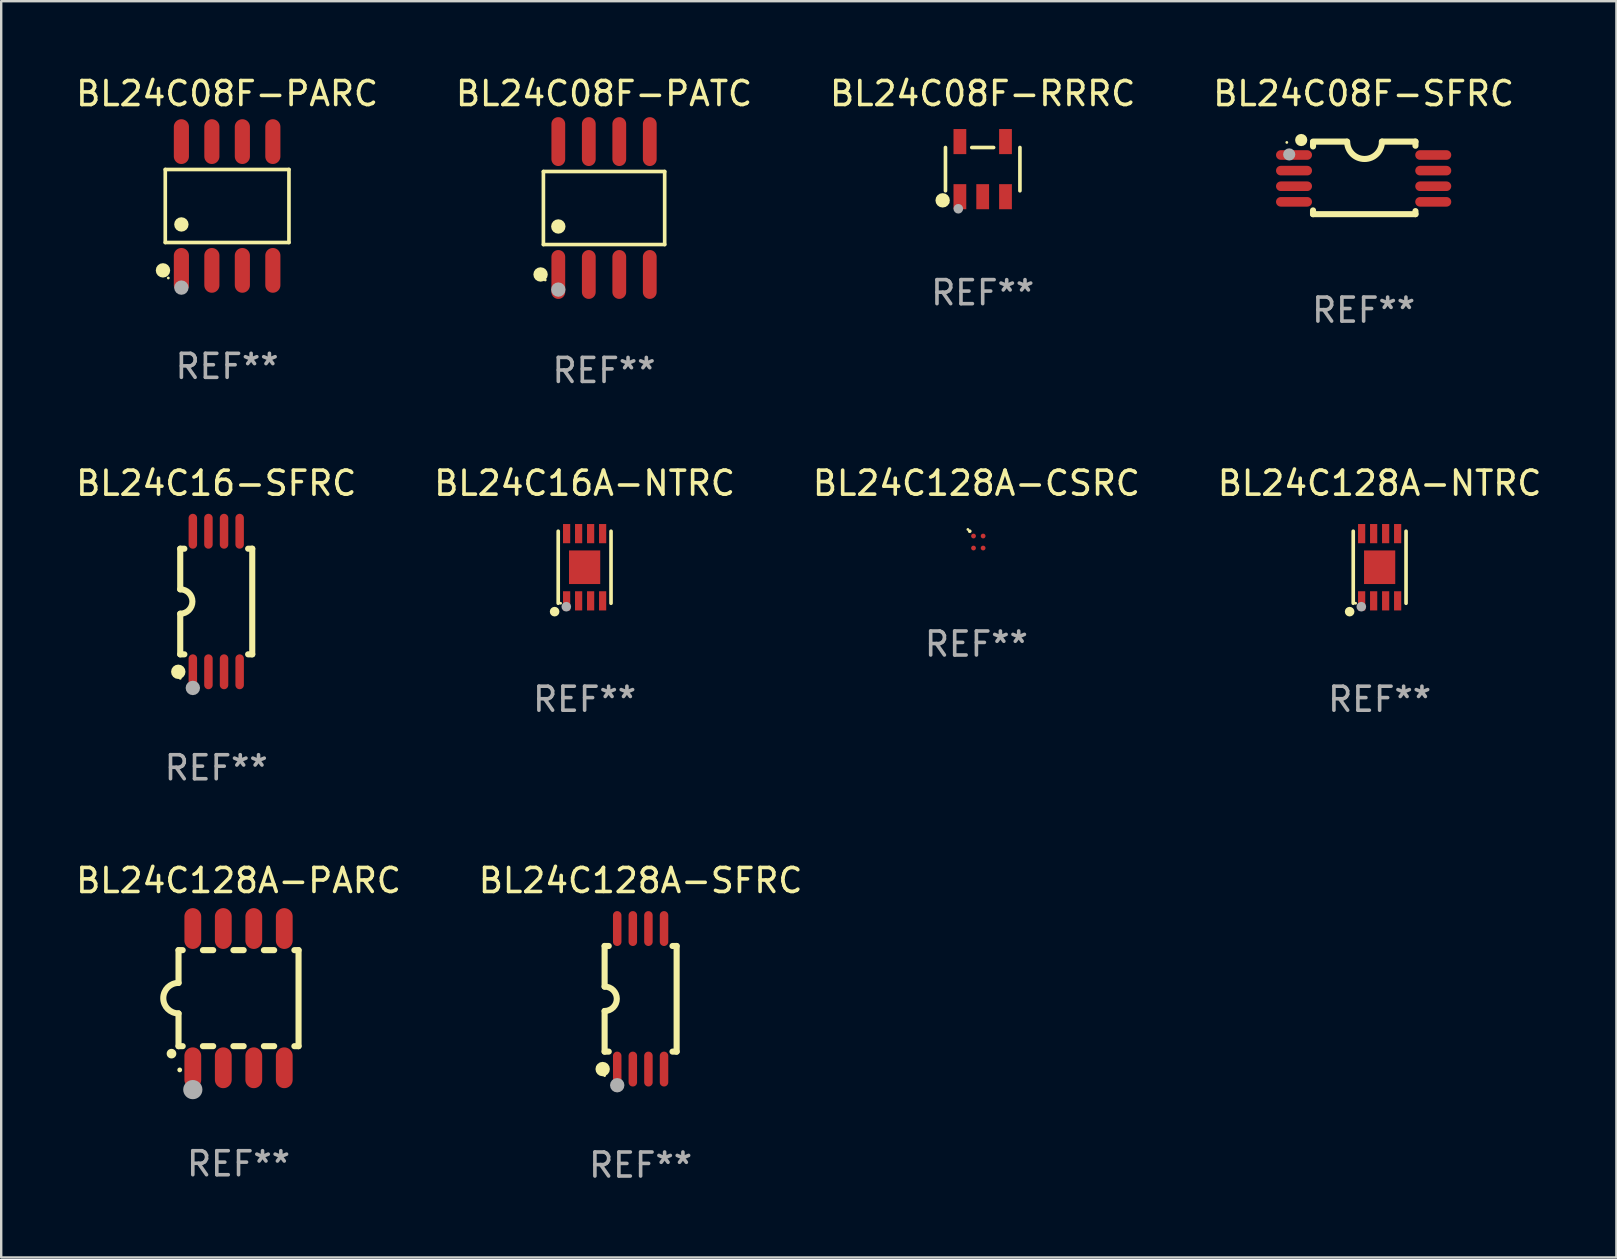
<source format=kicad_pcb>
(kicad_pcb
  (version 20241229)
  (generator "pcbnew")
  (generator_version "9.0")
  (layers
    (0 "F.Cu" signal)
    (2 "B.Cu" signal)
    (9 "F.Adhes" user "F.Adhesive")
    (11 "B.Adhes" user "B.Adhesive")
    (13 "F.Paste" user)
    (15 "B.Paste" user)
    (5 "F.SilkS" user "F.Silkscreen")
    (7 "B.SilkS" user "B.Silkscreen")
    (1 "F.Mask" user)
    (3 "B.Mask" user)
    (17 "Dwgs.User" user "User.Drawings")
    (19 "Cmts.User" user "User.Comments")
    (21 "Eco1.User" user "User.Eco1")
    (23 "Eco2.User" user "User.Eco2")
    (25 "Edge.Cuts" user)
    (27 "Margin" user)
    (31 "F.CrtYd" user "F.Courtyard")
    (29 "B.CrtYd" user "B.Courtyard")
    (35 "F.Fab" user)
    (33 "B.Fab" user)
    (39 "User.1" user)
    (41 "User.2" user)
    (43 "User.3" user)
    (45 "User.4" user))
  (footprint "BL24C128A-CSRC"
    (layer "F.Cu")
    (at 37.625 19.43)
    (property "Reference" "BL24C128A-CSRC" (at 0 -2.35 0) (layer "F.SilkS") (effects (font (size 1 1) (thickness 0.15))))
    (attr through_hole)
    (fp_line (start -0.28 -0.35) (end -0.275 -0.35) (stroke (width 0.15) (type solid)) (layer "F.SilkS"))
    (fp_circle (center -0.355 -0.425) (end -0.325 -0.425) (stroke (width 0.06) (type solid)) (fill no) (layer "F.SilkS"))
    (fp_text user "REF**" (at 0 4.35 0) (layer "F.Fab") (effects (font (size 1 1) (thickness 0.15))))
    (pad "A1" smd circle (at -0.12 -0.15) (size 0.2 0.2) (layers "F.Cu" "F.Mask" "F.Paste"))
    (pad "A2" smd circle (at 0.28 -0.15) (size 0.2 0.2) (layers "F.Cu" "F.Mask" "F.Paste"))
    (pad "B1" smd circle (at -0.12 0.35) (size 0.2 0.2) (layers "F.Cu" "F.Mask" "F.Paste"))
    (pad "B2" smd circle (at 0.28 0.35) (size 0.2 0.2) (layers "F.Cu" "F.Mask" "F.Paste")))
  (footprint "BL24C08F-PARC"
    (layer "F.Cu")
    (at 6.411 5.531)
    (property "Reference" "BL24C08F-PARC" (at 0 -4.682 0) (layer "F.SilkS") (effects (font (size 1 1) (thickness 0.15))))
    (attr through_hole)
    (fp_line (start -2.576 -1.521) (end 2.576 -1.521) (stroke (width 0.152) (type solid)) (layer "F.SilkS"))
    (fp_line (start -2.576 1.521) (end -2.576 -1.521) (stroke (width 0.152) (type solid)) (layer "F.SilkS"))
    (fp_line (start 2.576 -1.521) (end 2.576 1.521) (stroke (width 0.152) (type solid)) (layer "F.SilkS"))
    (fp_line (start 2.576 1.521) (end -2.576 1.521) (stroke (width 0.152) (type solid)) (layer "F.SilkS"))
    (fp_circle (center -2.672 2.682) (end -2.522 2.682) (stroke (width 0.3) (type solid)) (fill no) (layer "F.SilkS"))
    (fp_circle (center -2.45 3) (end -2.42 3) (stroke (width 0.06) (type solid)) (fill no) (layer "F.SilkS"))
    (fp_circle (center -1.905 0.769) (end -1.755 0.769) (stroke (width 0.3) (type solid)) (fill no) (layer "F.SilkS"))
    (fp_circle (center -1.905 3.4) (end -1.755 3.4) (stroke (width 0.3) (type solid)) (fill no) (layer "F.Fab"))
    (fp_text user "REF**" (at 0 6.682 0) (layer "F.Fab") (effects (font (size 1 1) (thickness 0.15))))
    (pad "1" smd oval (at -1.905 2.682) (size 0.63 1.865) (layers "F.Cu" "F.Mask" "F.Paste"))
    (pad "2" smd oval (at -0.635 2.682) (size 0.63 1.865) (layers "F.Cu" "F.Mask" "F.Paste"))
    (pad "3" smd oval (at 0.635 2.682) (size 0.63 1.865) (layers "F.Cu" "F.Mask" "F.Paste"))
    (pad "4" smd oval (at 1.905 2.682) (size 0.63 1.865) (layers "F.Cu" "F.Mask" "F.Paste"))
    (pad "5" smd oval (at 1.905 -2.682) (size 0.63 1.865) (layers "F.Cu" "F.Mask" "F.Paste"))
    (pad "6" smd oval (at 0.635 -2.682) (size 0.63 1.865) (layers "F.Cu" "F.Mask" "F.Paste"))
    (pad "7" smd oval (at -0.635 -2.682) (size 0.63 1.865) (layers "F.Cu" "F.Mask" "F.Paste"))
    (pad "8" smd oval (at -1.905 -2.682) (size 0.63 1.865) (layers "F.Cu" "F.Mask" "F.Paste")))
  (footprint "BL24C16-SFRC"
    (layer "F.Cu")
    (at 5.958 22.008)
    (property "Reference" "BL24C16-SFRC" (at 0 -4.927 0) (layer "F.SilkS") (effects (font (size 1 1) (thickness 0.15))))
    (attr through_hole)
    (fp_line (start -1.5 -2.2) (end -1.5 -0.508) (stroke (width 0.254) (type solid)) (layer "F.SilkS"))
    (fp_line (start -1.5 -2.2) (end -1.328 -2.2) (stroke (width 0.254) (type solid)) (layer "F.SilkS"))
    (fp_line (start -1.5 2.2) (end -1.5 0.508) (stroke (width 0.254) (type solid)) (layer "F.SilkS"))
    (fp_line (start -1.5 2.2) (end -1.328 2.2) (stroke (width 0.254) (type solid)) (layer "F.SilkS"))
    (fp_line (start 1.328 -2.2) (end 1.5 -2.2) (stroke (width 0.254) (type solid)) (layer "F.SilkS"))
    (fp_line (start 1.328 2.2) (end 1.5 2.2) (stroke (width 0.254) (type solid)) (layer "F.SilkS"))
    (fp_line (start 1.5 -2.2) (end 1.5 2.2) (stroke (width 0.254) (type solid)) (layer "F.SilkS"))
    (fp_arc (start -1.501144 -0.508) (mid -0.993143 -0.000571) (end -1.5 0.508001) (stroke (width 0.254001) (type solid)) (layer "F.SilkS"))
    (fp_circle (center -1.581 2.927) (end -1.431 2.927) (stroke (width 0.3) (type solid)) (fill no) (layer "F.SilkS"))
    (fp_circle (center -1.5 3.2) (end -1.47 3.2) (stroke (width 0.06) (type solid)) (fill no) (layer "F.SilkS"))
    (fp_circle (center -0.975 3.6) (end -0.825 3.6) (stroke (width 0.3) (type solid)) (fill no) (layer "F.Fab"))
    (fp_text user "REF**" (at 0 6.927 0) (layer "F.Fab") (effects (font (size 1 1) (thickness 0.15))))
    (pad "1" smd oval (at -0.975 2.927) (size 0.353 1.454) (layers "F.Cu" "F.Mask" "F.Paste"))
    (pad "2" smd oval (at -0.325 2.927) (size 0.353 1.454) (layers "F.Cu" "F.Mask" "F.Paste"))
    (pad "3" smd oval (at 0.325 2.927) (size 0.353 1.454) (layers "F.Cu" "F.Mask" "F.Paste"))
    (pad "4" smd oval (at 0.975 2.927) (size 0.353 1.454) (layers "F.Cu" "F.Mask" "F.Paste"))
    (pad "5" smd oval (at 0.975 -2.927) (size 0.353 1.454) (layers "F.Cu" "F.Mask" "F.Paste"))
    (pad "6" smd oval (at 0.325 -2.927) (size 0.353 1.454) (layers "F.Cu" "F.Mask" "F.Paste"))
    (pad "7" smd oval (at -0.325 -2.927) (size 0.353 1.454) (layers "F.Cu" "F.Mask" "F.Paste"))
    (pad "8" smd oval (at -0.975 -2.927) (size 0.353 1.454) (layers "F.Cu" "F.Mask" "F.Paste")))
  (footprint "BL24C128A-NTRC"
    (layer "F.Cu")
    (at 54.423 20.58)
    (property "Reference" "BL24C128A-NTRC" (at 0 -3.5 0) (layer "F.SilkS") (effects (font (size 1 1) (thickness 0.15))))
    (attr through_hole)
    (fp_line (start -1.1 1.5) (end -1.1 -1.5) (stroke (width 0.152) (type solid)) (layer "F.SilkS"))
    (fp_line (start 1.1 -1.5) (end 1.1 1.5) (stroke (width 0.152) (type solid)) (layer "F.SilkS"))
    (fp_circle (center -1.25 1.85) (end -1.15 1.85) (stroke (width 0.2) (type solid)) (fill no) (layer "F.SilkS"))
    (fp_circle (center -1 1.5) (end -0.97 1.5) (stroke (width 0.06) (type solid)) (fill no) (layer "F.SilkS"))
    (fp_circle (center -0.763 1.644) (end -0.663 1.644) (stroke (width 0.2) (type solid)) (fill no) (layer "F.Fab"))
    (fp_text user "REF**" (at 0 5.5 0) (layer "F.Fab") (effects (font (size 1 1) (thickness 0.15))))
    (pad "1" smd rect (at -0.75 1.4 180) (size 0.3 0.8) (layers "F.Cu" "F.Mask" "F.Paste"))
    (pad "2" smd rect (at -0.25 1.4) (size 0.3 0.8) (layers "F.Cu" "F.Mask" "F.Paste"))
    (pad "3" smd rect (at 0.25 1.4) (size 0.3 0.8) (layers "F.Cu" "F.Mask" "F.Paste"))
    (pad "4" smd rect (at 0.75 1.4) (size 0.3 0.8) (layers "F.Cu" "F.Mask" "F.Paste"))
    (pad "5" smd rect (at 0.75 -1.4) (size 0.3 0.8) (layers "F.Cu" "F.Mask" "F.Paste"))
    (pad "6" smd rect (at 0.25 -1.4) (size 0.3 0.8) (layers "F.Cu" "F.Mask" "F.Paste"))
    (pad "7" smd rect (at -0.25 -1.4) (size 0.3 0.8) (layers "F.Cu" "F.Mask" "F.Paste"))
    (pad "8" smd rect (at -0.75 -1.4) (size 0.3 0.8) (layers "F.Cu" "F.Mask" "F.Paste"))
    (pad "9" smd rect (at 0 0 180) (size 1.3 1.4) (layers "F.Cu" "F.Mask" "F.Paste")))
  (footprint "BL24C08F-PATC"
    (layer "F.Cu")
    (at 22.113 5.616)
    (property "Reference" "BL24C08F-PATC" (at 0 -4.768 0) (layer "F.SilkS") (effects (font (size 1 1) (thickness 0.15))))
    (attr through_hole)
    (fp_line (start -2.526 -1.521) (end 2.526 -1.521) (stroke (width 0.152) (type solid)) (layer "F.SilkS"))
    (fp_line (start -2.526 1.521) (end -2.526 -1.521) (stroke (width 0.152) (type solid)) (layer "F.SilkS"))
    (fp_line (start 2.526 -1.521) (end 2.526 1.521) (stroke (width 0.152) (type solid)) (layer "F.SilkS"))
    (fp_line (start 2.526 1.521) (end -2.526 1.521) (stroke (width 0.152) (type solid)) (layer "F.SilkS"))
    (fp_circle (center -2.644 2.768) (end -2.494 2.768) (stroke (width 0.3) (type solid)) (fill no) (layer "F.SilkS"))
    (fp_circle (center -2.45 2.998) (end -2.42 2.998) (stroke (width 0.06) (type solid)) (fill no) (layer "F.SilkS"))
    (fp_circle (center -1.905 0.769) (end -1.755 0.769) (stroke (width 0.3) (type solid)) (fill no) (layer "F.SilkS"))
    (fp_circle (center -1.905 3.398) (end -1.755 3.398) (stroke (width 0.3) (type solid)) (fill no) (layer "F.Fab"))
    (fp_text user "REF**" (at 0 6.768 0) (layer "F.Fab") (effects (font (size 1 1) (thickness 0.15))))
    (pad "1" smd oval (at -1.905 2.768) (size 0.574 2.036) (layers "F.Cu" "F.Mask" "F.Paste"))
    (pad "2" smd oval (at -0.635 2.768) (size 0.574 2.036) (layers "F.Cu" "F.Mask" "F.Paste"))
    (pad "3" smd oval (at 0.635 2.768) (size 0.574 2.036) (layers "F.Cu" "F.Mask" "F.Paste"))
    (pad "4" smd oval (at 1.905 2.768) (size 0.574 2.036) (layers "F.Cu" "F.Mask" "F.Paste"))
    (pad "5" smd oval (at 1.905 -2.768) (size 0.574 2.036) (layers "F.Cu" "F.Mask" "F.Paste"))
    (pad "6" smd oval (at 0.635 -2.768) (size 0.574 2.036) (layers "F.Cu" "F.Mask" "F.Paste"))
    (pad "7" smd oval (at -0.635 -2.768) (size 0.574 2.036) (layers "F.Cu" "F.Mask" "F.Paste"))
    (pad "8" smd oval (at -1.905 -2.768) (size 0.574 2.036) (layers "F.Cu" "F.Mask" "F.Paste")))
  (footprint "BL24C08F-RRRC"
    (layer "F.Cu")
    (at 37.887 3.996)
    (property "Reference" "BL24C08F-RRRC" (at 0 -3.148 0) (layer "F.SilkS") (effects (font (size 1 1) (thickness 0.15))))
    (attr through_hole)
    (fp_line (start -1.551 0.901) (end -1.551 -0.901) (stroke (width 0.152) (type solid)) (layer "F.SilkS"))
    (fp_line (start 0.455 -0.901) (end -0.455 -0.901) (stroke (width 0.152) (type solid)) (layer "F.SilkS"))
    (fp_line (start 1.551 0.901) (end 1.551 -0.901) (stroke (width 0.152) (type solid)) (layer "F.SilkS"))
    (fp_circle (center -1.668 1.3) (end -1.518 1.3) (stroke (width 0.3) (type solid)) (fill no) (layer "F.SilkS"))
    (fp_circle (center -1.45 1.4) (end -1.42 1.4) (stroke (width 0.06) (type solid)) (fill no) (layer "F.SilkS"))
    (fp_circle (center -1.016 1.651) (end -0.916 1.651) (stroke (width 0.2) (type solid)) (fill no) (layer "F.Fab"))
    (fp_text user "REF**" (at 0 5.148 0) (layer "F.Fab") (effects (font (size 1 1) (thickness 0.15))))
    (pad "1" smd rect (at -0.95 1.148) (size 0.532 1.045) (layers "F.Cu" "F.Mask" "F.Paste"))
    (pad "2" smd rect (at 0 1.148) (size 0.532 1.045) (layers "F.Cu" "F.Mask" "F.Paste"))
    (pad "3" smd rect (at 0.95 1.148) (size 0.532 1.045) (layers "F.Cu" "F.Mask" "F.Paste"))
    (pad "4" smd rect (at 0.95 -1.148) (size 0.532 1.045) (layers "F.Cu" "F.Mask" "F.Paste"))
    (pad "5" smd rect (at -0.95 -1.148) (size 0.532 1.045) (layers "F.Cu" "F.Mask" "F.Paste")))
  (footprint "BL24C08F-SFRC"
    (layer "F.Cu")
    (at 53.756 4.36)
    (property "Reference" "BL24C08F-SFRC" (at 0 -3.511 0) (layer "F.SilkS") (effects (font (size 1 1) (thickness 0.15))))
    (attr through_hole)
    (fp_line (start -2.108 -1.511) (end -0.711 -1.511) (stroke (width 0.254) (type solid)) (layer "F.SilkS"))
    (fp_line (start -2.108 -1.309) (end -2.108 -1.486) (stroke (width 0.254) (type solid)) (layer "F.SilkS"))
    (fp_line (start -2.108 1.511) (end -2.108 1.355) (stroke (width 0.254) (type solid)) (layer "F.SilkS"))
    (fp_line (start 0.762 -1.511) (end 2.159 -1.511) (stroke (width 0.254) (type solid)) (layer "F.SilkS"))
    (fp_line (start 2.159 -1.511) (end 2.159 -1.339) (stroke (width 0.254) (type solid)) (layer "F.SilkS"))
    (fp_line (start 2.159 1.384) (end 2.159 1.511) (stroke (width 0.254) (type solid)) (layer "F.SilkS"))
    (fp_line (start 2.159 1.511) (end -2.108 1.511) (stroke (width 0.254) (type solid)) (layer "F.SilkS"))
    (fp_arc (start 0.762002 -1.511303) (mid 0.0381 -0.787401) (end -0.685802 -1.511303) (stroke (width 0.254001) (type solid)) (layer "F.SilkS"))
    (fp_circle (center -3.2 -1.477) (end -3.17 -1.477) (stroke (width 0.06) (type solid)) (fill no) (layer "F.SilkS"))
    (fp_circle (center -2.6 -1.577) (end -2.473 -1.577) (stroke (width 0.254) (type solid)) (fill no) (layer "F.SilkS"))
    (fp_circle (center -3.1 -0.977) (end -2.973 -0.977) (stroke (width 0.254) (type solid)) (fill no) (layer "F.Fab"))
    (fp_text user "REF**" (at 0 5.511 0) (layer "F.Fab") (effects (font (size 1 1) (thickness 0.15))))
    (pad "1" smd oval (at -2.9 -0.953 90) (size 0.4 1.5) (layers "F.Cu" "F.Mask" "F.Paste"))
    (pad "2" smd oval (at -2.9 -0.302 90) (size 0.4 1.5) (layers "F.Cu" "F.Mask" "F.Paste"))
    (pad "3" smd oval (at -2.9 0.348 90) (size 0.4 1.5) (layers "F.Cu" "F.Mask" "F.Paste"))
    (pad "4" smd oval (at -2.9 0.998 90) (size 0.4 1.5) (layers "F.Cu" "F.Mask" "F.Paste"))
    (pad "5" smd oval (at 2.9 0.998 90) (size 0.4 1.5) (layers "F.Cu" "F.Mask" "F.Paste"))
    (pad "6" smd oval (at 2.9 0.348 90) (size 0.4 1.5) (layers "F.Cu" "F.Mask" "F.Paste"))
    (pad "7" smd oval (at 2.9 -0.302 90) (size 0.4 1.5) (layers "F.Cu" "F.Mask" "F.Paste"))
    (pad "8" smd oval (at 2.9 -0.953 90) (size 0.4 1.5) (layers "F.Cu" "F.Mask" "F.Paste")))
  (footprint "BL24C128A-PARC"
    (layer "F.Cu")
    (at 6.887 38.531)
    (property "Reference" "BL24C128A-PARC" (at 0 -4.9 0) (layer "F.SilkS") (effects (font (size 1 1) (thickness 0.15))))
    (attr through_hole)
    (fp_line (start -2.5 -2) (end -2.5 -0.635) (stroke (width 0.254) (type solid)) (layer "F.SilkS"))
    (fp_line (start -2.5 -2) (end -2.326 -2) (stroke (width 0.254) (type solid)) (layer "F.SilkS"))
    (fp_line (start -2.5 2) (end -2.5 0.635) (stroke (width 0.254) (type solid)) (layer "F.SilkS"))
    (fp_line (start -2.5 2) (end -2.326 2) (stroke (width 0.254) (type solid)) (layer "F.SilkS"))
    (fp_line (start -1.484 -2) (end -1.056 -2) (stroke (width 0.254) (type solid)) (layer "F.SilkS"))
    (fp_line (start -1.484 2) (end -1.056 2) (stroke (width 0.254) (type solid)) (layer "F.SilkS"))
    (fp_line (start -0.214 -2) (end 0.214 -2) (stroke (width 0.254) (type solid)) (layer "F.SilkS"))
    (fp_line (start -0.214 2) (end 0.214 2) (stroke (width 0.254) (type solid)) (layer "F.SilkS"))
    (fp_line (start 1.056 -2) (end 1.484 -2) (stroke (width 0.254) (type solid)) (layer "F.SilkS"))
    (fp_line (start 1.056 2) (end 1.484 2) (stroke (width 0.254) (type solid)) (layer "F.SilkS"))
    (fp_line (start 2.326 -2) (end 2.5 -2) (stroke (width 0.254) (type solid)) (layer "F.SilkS"))
    (fp_line (start 2.326 2) (end 2.5 2) (stroke (width 0.254) (type solid)) (layer "F.SilkS"))
    (fp_line (start 2.5 -2) (end 2.5 2) (stroke (width 0.254) (type solid)) (layer "F.SilkS"))
    (fp_arc (start -2.794006 2.311405) (mid -2.792736 2.311401) (end -2.791466 2.311405) (stroke (width 0.4) (type solid)) (layer "F.SilkS"))
    (fp_arc (start -2.5 0.635001) (mid -3.134366 -0.000318) (end -2.499365 -0.635001) (stroke (width 0.254001) (type solid)) (layer "F.SilkS"))
    (fp_circle (center -2.45 2.99) (end -2.4 2.99) (stroke (width 0.1) (type solid)) (fill no) (layer "F.SilkS"))
    (fp_circle (center -1.905 3.81) (end -1.705 3.81) (stroke (width 0.4) (type solid)) (fill no) (layer "F.Fab"))
    (fp_text user "REF**" (at 0 6.9 0) (layer "F.Fab") (effects (font (size 1 1) (thickness 0.15))))
    (pad "1" smd oval (at -1.905 2.9 180) (size 0.7 1.7) (layers "F.Cu" "F.Mask" "F.Paste"))
    (pad "2" smd oval (at -0.635 2.9 180) (size 0.7 1.7) (layers "F.Cu" "F.Mask" "F.Paste"))
    (pad "3" smd oval (at 0.635 2.9 180) (size 0.7 1.7) (layers "F.Cu" "F.Mask" "F.Paste"))
    (pad "4" smd oval (at 1.905 2.9 180) (size 0.7 1.7) (layers "F.Cu" "F.Mask" "F.Paste"))
    (pad "5" smd oval (at 1.905 -2.9 180) (size 0.7 1.7) (layers "F.Cu" "F.Mask" "F.Paste"))
    (pad "6" smd oval (at 0.635 -2.9 180) (size 0.7 1.7) (layers "F.Cu" "F.Mask" "F.Paste"))
    (pad "7" smd oval (at -0.635 -2.9 180) (size 0.7 1.7) (layers "F.Cu" "F.Mask" "F.Paste"))
    (pad "8" smd oval (at -1.905 -2.9 180) (size 0.7 1.7) (layers "F.Cu" "F.Mask" "F.Paste")))
  (footprint "BL24C128A-SFRC"
    (layer "F.Cu")
    (at 23.637 38.558)
    (property "Reference" "BL24C128A-SFRC" (at 0 -4.927 0) (layer "F.SilkS") (effects (font (size 1 1) (thickness 0.15))))
    (attr through_hole)
    (fp_line (start -1.5 -2.2) (end -1.5 -0.508) (stroke (width 0.254) (type solid)) (layer "F.SilkS"))
    (fp_line (start -1.5 -2.2) (end -1.328 -2.2) (stroke (width 0.254) (type solid)) (layer "F.SilkS"))
    (fp_line (start -1.5 2.2) (end -1.5 0.508) (stroke (width 0.254) (type solid)) (layer "F.SilkS"))
    (fp_line (start -1.5 2.2) (end -1.328 2.2) (stroke (width 0.254) (type solid)) (layer "F.SilkS"))
    (fp_line (start 1.328 -2.2) (end 1.5 -2.2) (stroke (width 0.254) (type solid)) (layer "F.SilkS"))
    (fp_line (start 1.328 2.2) (end 1.5 2.2) (stroke (width 0.254) (type solid)) (layer "F.SilkS"))
    (fp_line (start 1.5 -2.2) (end 1.5 2.2) (stroke (width 0.254) (type solid)) (layer "F.SilkS"))
    (fp_arc (start -1.501144 -0.508) (mid -0.993143 -0.000571) (end -1.5 0.508001) (stroke (width 0.254001) (type solid)) (layer "F.SilkS"))
    (fp_circle (center -1.581 2.927) (end -1.431 2.927) (stroke (width 0.3) (type solid)) (fill no) (layer "F.SilkS"))
    (fp_circle (center -1.5 3.2) (end -1.47 3.2) (stroke (width 0.06) (type solid)) (fill no) (layer "F.SilkS"))
    (fp_circle (center -0.975 3.6) (end -0.825 3.6) (stroke (width 0.3) (type solid)) (fill no) (layer "F.Fab"))
    (fp_text user "REF**" (at 0 6.927 0) (layer "F.Fab") (effects (font (size 1 1) (thickness 0.15))))
    (pad "1" smd oval (at -0.975 2.927) (size 0.353 1.454) (layers "F.Cu" "F.Mask" "F.Paste"))
    (pad "2" smd oval (at -0.325 2.927) (size 0.353 1.454) (layers "F.Cu" "F.Mask" "F.Paste"))
    (pad "3" smd oval (at 0.325 2.927) (size 0.353 1.454) (layers "F.Cu" "F.Mask" "F.Paste"))
    (pad "4" smd oval (at 0.975 2.927) (size 0.353 1.454) (layers "F.Cu" "F.Mask" "F.Paste"))
    (pad "5" smd oval (at 0.975 -2.927) (size 0.353 1.454) (layers "F.Cu" "F.Mask" "F.Paste"))
    (pad "6" smd oval (at 0.325 -2.927) (size 0.353 1.454) (layers "F.Cu" "F.Mask" "F.Paste"))
    (pad "7" smd oval (at -0.325 -2.927) (size 0.353 1.454) (layers "F.Cu" "F.Mask" "F.Paste"))
    (pad "8" smd oval (at -0.975 -2.927) (size 0.353 1.454) (layers "F.Cu" "F.Mask" "F.Paste")))
  (footprint "BL24C16A-NTRC"
    (layer "F.Cu")
    (at 21.304 20.58)
    (property "Reference" "BL24C16A-NTRC" (at 0 -3.5 0) (layer "F.SilkS") (effects (font (size 1 1) (thickness 0.15))))
    (attr through_hole)
    (fp_line (start -1.1 1.5) (end -1.1 -1.5) (stroke (width 0.152) (type solid)) (layer "F.SilkS"))
    (fp_line (start 1.1 -1.5) (end 1.1 1.5) (stroke (width 0.152) (type solid)) (layer "F.SilkS"))
    (fp_circle (center -1.25 1.85) (end -1.15 1.85) (stroke (width 0.2) (type solid)) (fill no) (layer "F.SilkS"))
    (fp_circle (center -1 1.5) (end -0.97 1.5) (stroke (width 0.06) (type solid)) (fill no) (layer "F.SilkS"))
    (fp_circle (center -0.763 1.644) (end -0.663 1.644) (stroke (width 0.2) (type solid)) (fill no) (layer "F.Fab"))
    (fp_text user "REF**" (at 0 5.5 0) (layer "F.Fab") (effects (font (size 1 1) (thickness 0.15))))
    (pad "1" smd rect (at -0.75 1.4 180) (size 0.3 0.8) (layers "F.Cu" "F.Mask" "F.Paste"))
    (pad "2" smd rect (at -0.25 1.4) (size 0.3 0.8) (layers "F.Cu" "F.Mask" "F.Paste"))
    (pad "3" smd rect (at 0.25 1.4) (size 0.3 0.8) (layers "F.Cu" "F.Mask" "F.Paste"))
    (pad "4" smd rect (at 0.75 1.4) (size 0.3 0.8) (layers "F.Cu" "F.Mask" "F.Paste"))
    (pad "5" smd rect (at 0.75 -1.4) (size 0.3 0.8) (layers "F.Cu" "F.Mask" "F.Paste"))
    (pad "6" smd rect (at 0.25 -1.4) (size 0.3 0.8) (layers "F.Cu" "F.Mask" "F.Paste"))
    (pad "7" smd rect (at -0.25 -1.4) (size 0.3 0.8) (layers "F.Cu" "F.Mask" "F.Paste"))
    (pad "8" smd rect (at -0.75 -1.4) (size 0.3 0.8) (layers "F.Cu" "F.Mask" "F.Paste"))
    (pad "9" smd rect (at 0 0 180) (size 1.3 1.4) (layers "F.Cu" "F.Mask" "F.Paste")))
  (gr_rect
    (start -3 -3)
    (end 64.286 49.334)
    (stroke (width 0.1) (type default))
    (fill no)
    (layer "Edge.Cuts")))
</source>
